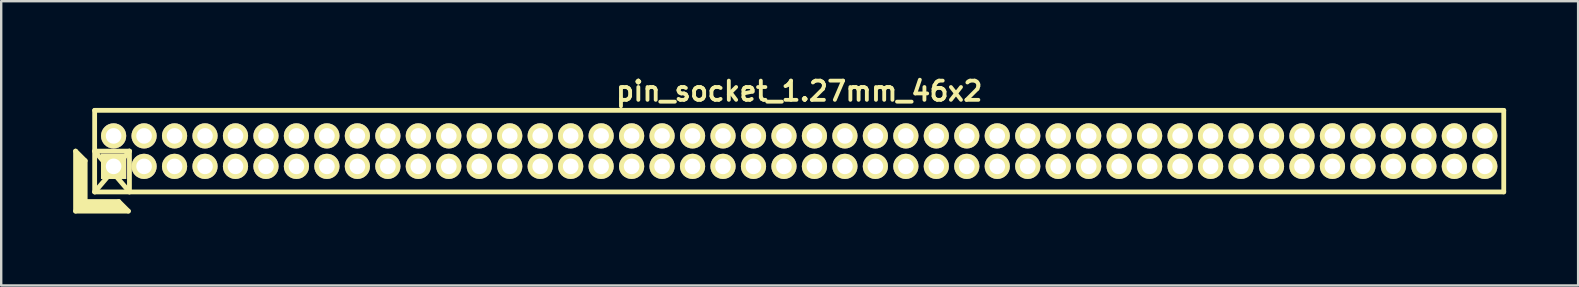
<source format=kicad_pcb>
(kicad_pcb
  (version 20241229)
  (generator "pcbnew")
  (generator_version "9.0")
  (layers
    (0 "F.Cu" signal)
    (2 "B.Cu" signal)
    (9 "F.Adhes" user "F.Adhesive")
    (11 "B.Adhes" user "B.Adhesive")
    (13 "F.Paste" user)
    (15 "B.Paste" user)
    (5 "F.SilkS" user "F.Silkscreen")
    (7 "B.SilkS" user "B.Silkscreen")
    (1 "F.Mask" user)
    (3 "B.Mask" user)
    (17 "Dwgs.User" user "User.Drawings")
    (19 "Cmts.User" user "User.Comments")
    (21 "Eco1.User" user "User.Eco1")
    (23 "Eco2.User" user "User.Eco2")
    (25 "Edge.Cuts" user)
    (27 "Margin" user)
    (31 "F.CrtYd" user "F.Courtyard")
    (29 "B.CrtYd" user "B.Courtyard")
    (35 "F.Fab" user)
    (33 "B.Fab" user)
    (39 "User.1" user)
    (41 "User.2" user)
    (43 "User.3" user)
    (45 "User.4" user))
  (footprint "pin_socket_1.27mm_46x2"
    (layer "F.Cu")
    (at 30.26 3.249)
    (property "Reference" "pin_socket_1.27mm_46x2" (at 0 -2.5 0) (layer "F.SilkS") (effects (font (size 0.8 0.8) (thickness 0.16))))
    (attr through_hole)
    (fp_line (start -30.16 0) (end -30.16 2.5) (stroke (width 0.2) (type solid)) (layer "F.SilkS"))
    (fp_line (start -30.16 0) (end -29.76 0.4) (stroke (width 0.2) (type solid)) (layer "F.SilkS"))
    (fp_line (start -30.16 2.5) (end -27.96 2.5) (stroke (width 0.2) (type solid)) (layer "F.SilkS"))
    (fp_line (start -30.06 2.4) (end -30.06 0.2) (stroke (width 0.2) (type solid)) (layer "F.SilkS"))
    (fp_line (start -30.06 2.4) (end -28.16 2.4) (stroke (width 0.2) (type solid)) (layer "F.SilkS"))
    (fp_line (start -29.96 2.3) (end -29.96 0.3) (stroke (width 0.2) (type solid)) (layer "F.SilkS"))
    (fp_line (start -29.96 2.3) (end -28.26 2.3) (stroke (width 0.2) (type solid)) (layer "F.SilkS"))
    (fp_line (start -29.86 2.2) (end -29.86 0.4) (stroke (width 0.2) (type solid)) (layer "F.SilkS"))
    (fp_line (start -29.86 2.2) (end -28.36 2.2) (stroke (width 0.2) (type solid)) (layer "F.SilkS"))
    (fp_line (start -29.76 2.1) (end -29.76 0.4) (stroke (width 0.2) (type solid)) (layer "F.SilkS"))
    (fp_line (start -29.76 2.1) (end -28.36 2.1) (stroke (width 0.2) (type solid)) (layer "F.SilkS"))
    (fp_line (start -29.365 -1.7) (end 29.365 -1.7) (stroke (width 0.2) (type solid)) (layer "F.SilkS"))
    (fp_line (start -29.365 0) (end -27.915 0) (stroke (width 0.2) (type solid)) (layer "F.SilkS"))
    (fp_line (start -29.365 0) (end -27.915 1.7) (stroke (width 0.2) (type solid)) (layer "F.SilkS"))
    (fp_line (start -29.365 1.7) (end -29.365 -1.7) (stroke (width 0.2) (type solid)) (layer "F.SilkS"))
    (fp_line (start -28.36 2.1) (end -27.96 2.5) (stroke (width 0.2) (type solid)) (layer "F.SilkS"))
    (fp_line (start -27.915 0) (end -29.36 1.7) (stroke (width 0.2) (type solid)) (layer "F.SilkS"))
    (fp_line (start -27.915 0) (end -27.915 1.7) (stroke (width 0.2) (type solid)) (layer "F.SilkS"))
    (fp_line (start 29.365 -1.7) (end 29.365 1.7) (stroke (width 0.2) (type solid)) (layer "F.SilkS"))
    (fp_line (start 29.365 1.7) (end -29.365 1.7) (stroke (width 0.2) (type solid)) (layer "F.SilkS"))
    (pad "1" thru_hole rect (at -28.575 0.635) (size 1.05 1.05) (drill 0.65) (layers "*.Cu" "*.Mask" "F.SilkS"))
    (pad "2" thru_hole oval (at -28.575 -0.635) (size 1.05 1.05) (drill 0.65) (layers "*.Cu" "*.Mask" "F.SilkS"))
    (pad "3" thru_hole oval (at -27.305 0.635) (size 1.05 1.05) (drill 0.65) (layers "*.Cu" "*.Mask" "F.SilkS"))
    (pad "4" thru_hole oval (at -27.305 -0.635) (size 1.05 1.05) (drill 0.65) (layers "*.Cu" "*.Mask" "F.SilkS"))
    (pad "5" thru_hole oval (at -26.035 0.635) (size 1.05 1.05) (drill 0.65) (layers "*.Cu" "*.Mask" "F.SilkS"))
    (pad "6" thru_hole oval (at -26.035 -0.635) (size 1.05 1.05) (drill 0.65) (layers "*.Cu" "*.Mask" "F.SilkS"))
    (pad "7" thru_hole oval (at -24.765 0.635) (size 1.05 1.05) (drill 0.65) (layers "*.Cu" "*.Mask" "F.SilkS"))
    (pad "8" thru_hole oval (at -24.765 -0.635) (size 1.05 1.05) (drill 0.65) (layers "*.Cu" "*.Mask" "F.SilkS"))
    (pad "9" thru_hole oval (at -23.495 0.635) (size 1.05 1.05) (drill 0.65) (layers "*.Cu" "*.Mask" "F.SilkS"))
    (pad "10" thru_hole oval (at -23.495 -0.635) (size 1.05 1.05) (drill 0.65) (layers "*.Cu" "*.Mask" "F.SilkS"))
    (pad "11" thru_hole oval (at -22.225 0.635) (size 1.05 1.05) (drill 0.65) (layers "*.Cu" "*.Mask" "F.SilkS"))
    (pad "12" thru_hole oval (at -22.225 -0.635) (size 1.05 1.05) (drill 0.65) (layers "*.Cu" "*.Mask" "F.SilkS"))
    (pad "13" thru_hole oval (at -20.955 0.635) (size 1.05 1.05) (drill 0.65) (layers "*.Cu" "*.Mask" "F.SilkS"))
    (pad "14" thru_hole oval (at -20.955 -0.635) (size 1.05 1.05) (drill 0.65) (layers "*.Cu" "*.Mask" "F.SilkS"))
    (pad "15" thru_hole oval (at -19.685 0.635) (size 1.05 1.05) (drill 0.65) (layers "*.Cu" "*.Mask" "F.SilkS"))
    (pad "16" thru_hole oval (at -19.685 -0.635) (size 1.05 1.05) (drill 0.65) (layers "*.Cu" "*.Mask" "F.SilkS"))
    (pad "17" thru_hole oval (at -18.415 0.635) (size 1.05 1.05) (drill 0.65) (layers "*.Cu" "*.Mask" "F.SilkS"))
    (pad "18" thru_hole oval (at -18.415 -0.635) (size 1.05 1.05) (drill 0.65) (layers "*.Cu" "*.Mask" "F.SilkS"))
    (pad "19" thru_hole oval (at -17.145 0.635) (size 1.05 1.05) (drill 0.65) (layers "*.Cu" "*.Mask" "F.SilkS"))
    (pad "20" thru_hole oval (at -17.145 -0.635) (size 1.05 1.05) (drill 0.65) (layers "*.Cu" "*.Mask" "F.SilkS"))
    (pad "21" thru_hole oval (at -15.875 0.635) (size 1.05 1.05) (drill 0.65) (layers "*.Cu" "*.Mask" "F.SilkS"))
    (pad "22" thru_hole oval (at -15.875 -0.635) (size 1.05 1.05) (drill 0.65) (layers "*.Cu" "*.Mask" "F.SilkS"))
    (pad "23" thru_hole oval (at -14.605 0.635) (size 1.05 1.05) (drill 0.65) (layers "*.Cu" "*.Mask" "F.SilkS"))
    (pad "24" thru_hole oval (at -14.605 -0.635) (size 1.05 1.05) (drill 0.65) (layers "*.Cu" "*.Mask" "F.SilkS"))
    (pad "25" thru_hole oval (at -13.335 0.635) (size 1.05 1.05) (drill 0.65) (layers "*.Cu" "*.Mask" "F.SilkS"))
    (pad "26" thru_hole oval (at -13.335 -0.635) (size 1.05 1.05) (drill 0.65) (layers "*.Cu" "*.Mask" "F.SilkS"))
    (pad "27" thru_hole oval (at -12.065 0.635) (size 1.05 1.05) (drill 0.65) (layers "*.Cu" "*.Mask" "F.SilkS"))
    (pad "28" thru_hole oval (at -12.065 -0.635) (size 1.05 1.05) (drill 0.65) (layers "*.Cu" "*.Mask" "F.SilkS"))
    (pad "29" thru_hole oval (at -10.795 0.635) (size 1.05 1.05) (drill 0.65) (layers "*.Cu" "*.Mask" "F.SilkS"))
    (pad "30" thru_hole oval (at -10.795 -0.635) (size 1.05 1.05) (drill 0.65) (layers "*.Cu" "*.Mask" "F.SilkS"))
    (pad "31" thru_hole oval (at -9.525 0.635) (size 1.05 1.05) (drill 0.65) (layers "*.Cu" "*.Mask" "F.SilkS"))
    (pad "32" thru_hole oval (at -9.525 -0.635) (size 1.05 1.05) (drill 0.65) (layers "*.Cu" "*.Mask" "F.SilkS"))
    (pad "33" thru_hole oval (at -8.255 0.635) (size 1.05 1.05) (drill 0.65) (layers "*.Cu" "*.Mask" "F.SilkS"))
    (pad "34" thru_hole oval (at -8.255 -0.635) (size 1.05 1.05) (drill 0.65) (layers "*.Cu" "*.Mask" "F.SilkS"))
    (pad "35" thru_hole oval (at -6.985 0.635) (size 1.05 1.05) (drill 0.65) (layers "*.Cu" "*.Mask" "F.SilkS"))
    (pad "36" thru_hole oval (at -6.985 -0.635) (size 1.05 1.05) (drill 0.65) (layers "*.Cu" "*.Mask" "F.SilkS"))
    (pad "37" thru_hole oval (at -5.715 0.635) (size 1.05 1.05) (drill 0.65) (layers "*.Cu" "*.Mask" "F.SilkS"))
    (pad "38" thru_hole oval (at -5.715 -0.635) (size 1.05 1.05) (drill 0.65) (layers "*.Cu" "*.Mask" "F.SilkS"))
    (pad "39" thru_hole oval (at -4.445 0.635) (size 1.05 1.05) (drill 0.65) (layers "*.Cu" "*.Mask" "F.SilkS"))
    (pad "40" thru_hole oval (at -4.445 -0.635) (size 1.05 1.05) (drill 0.65) (layers "*.Cu" "*.Mask" "F.SilkS"))
    (pad "41" thru_hole oval (at -3.175 0.635) (size 1.05 1.05) (drill 0.65) (layers "*.Cu" "*.Mask" "F.SilkS"))
    (pad "42" thru_hole oval (at -3.175 -0.635) (size 1.05 1.05) (drill 0.65) (layers "*.Cu" "*.Mask" "F.SilkS"))
    (pad "43" thru_hole oval (at -1.905 0.635) (size 1.05 1.05) (drill 0.65) (layers "*.Cu" "*.Mask" "F.SilkS"))
    (pad "44" thru_hole oval (at -1.905 -0.635) (size 1.05 1.05) (drill 0.65) (layers "*.Cu" "*.Mask" "F.SilkS"))
    (pad "45" thru_hole oval (at -0.635 0.635) (size 1.05 1.05) (drill 0.65) (layers "*.Cu" "*.Mask" "F.SilkS"))
    (pad "46" thru_hole oval (at -0.635 -0.635) (size 1.05 1.05) (drill 0.65) (layers "*.Cu" "*.Mask" "F.SilkS"))
    (pad "47" thru_hole oval (at 0.635 0.635) (size 1.05 1.05) (drill 0.65) (layers "*.Cu" "*.Mask" "F.SilkS"))
    (pad "48" thru_hole oval (at 0.635 -0.635) (size 1.05 1.05) (drill 0.65) (layers "*.Cu" "*.Mask" "F.SilkS"))
    (pad "49" thru_hole oval (at 1.905 0.635) (size 1.05 1.05) (drill 0.65) (layers "*.Cu" "*.Mask" "F.SilkS"))
    (pad "50" thru_hole oval (at 1.905 -0.635) (size 1.05 1.05) (drill 0.65) (layers "*.Cu" "*.Mask" "F.SilkS"))
    (pad "51" thru_hole circle (at 3.175 0.635) (size 1.05 1.05) (drill 0.65) (layers "*.Cu" "*.Mask" "F.SilkS"))
    (pad "52" thru_hole oval (at 3.175 -0.635) (size 1.05 1.05) (drill 0.65) (layers "*.Cu" "*.Mask" "F.SilkS"))
    (pad "53" thru_hole oval (at 4.445 0.635) (size 1.05 1.05) (drill 0.65) (layers "*.Cu" "*.Mask" "F.SilkS"))
    (pad "54" thru_hole oval (at 4.445 -0.635) (size 1.05 1.05) (drill 0.65) (layers "*.Cu" "*.Mask" "F.SilkS"))
    (pad "55" thru_hole oval (at 5.715 0.635) (size 1.05 1.05) (drill 0.65) (layers "*.Cu" "*.Mask" "F.SilkS"))
    (pad "56" thru_hole oval (at 5.715 -0.635) (size 1.05 1.05) (drill 0.65) (layers "*.Cu" "*.Mask" "F.SilkS"))
    (pad "57" thru_hole oval (at 6.985 0.635) (size 1.05 1.05) (drill 0.65) (layers "*.Cu" "*.Mask" "F.SilkS"))
    (pad "58" thru_hole oval (at 6.985 -0.635) (size 1.05 1.05) (drill 0.65) (layers "*.Cu" "*.Mask" "F.SilkS"))
    (pad "59" thru_hole oval (at 8.255 0.635) (size 1.05 1.05) (drill 0.65) (layers "*.Cu" "*.Mask" "F.SilkS"))
    (pad "60" thru_hole oval (at 8.255 -0.635) (size 1.05 1.05) (drill 0.65) (layers "*.Cu" "*.Mask" "F.SilkS"))
    (pad "61" thru_hole oval (at 9.525 0.635) (size 1.05 1.05) (drill 0.65) (layers "*.Cu" "*.Mask" "F.SilkS"))
    (pad "62" thru_hole oval (at 9.525 -0.635) (size 1.05 1.05) (drill 0.65) (layers "*.Cu" "*.Mask" "F.SilkS"))
    (pad "63" thru_hole oval (at 10.795 0.635) (size 1.05 1.05) (drill 0.65) (layers "*.Cu" "*.Mask" "F.SilkS"))
    (pad "64" thru_hole oval (at 10.795 -0.635) (size 1.05 1.05) (drill 0.65) (layers "*.Cu" "*.Mask" "F.SilkS"))
    (pad "65" thru_hole oval (at 12.065 0.635) (size 1.05 1.05) (drill 0.65) (layers "*.Cu" "*.Mask" "F.SilkS"))
    (pad "66" thru_hole oval (at 12.065 -0.635) (size 1.05 1.05) (drill 0.65) (layers "*.Cu" "*.Mask" "F.SilkS"))
    (pad "67" thru_hole oval (at 13.335 0.635) (size 1.05 1.05) (drill 0.65) (layers "*.Cu" "*.Mask" "F.SilkS"))
    (pad "68" thru_hole oval (at 13.335 -0.635) (size 1.05 1.05) (drill 0.65) (layers "*.Cu" "*.Mask" "F.SilkS"))
    (pad "69" thru_hole oval (at 14.605 0.635) (size 1.05 1.05) (drill 0.65) (layers "*.Cu" "*.Mask" "F.SilkS"))
    (pad "70" thru_hole oval (at 14.605 -0.635) (size 1.05 1.05) (drill 0.65) (layers "*.Cu" "*.Mask" "F.SilkS"))
    (pad "71" thru_hole oval (at 15.875 0.635) (size 1.05 1.05) (drill 0.65) (layers "*.Cu" "*.Mask" "F.SilkS"))
    (pad "72" thru_hole oval (at 15.875 -0.635) (size 1.05 1.05) (drill 0.65) (layers "*.Cu" "*.Mask" "F.SilkS"))
    (pad "73" thru_hole oval (at 17.145 0.635) (size 1.05 1.05) (drill 0.65) (layers "*.Cu" "*.Mask" "F.SilkS"))
    (pad "74" thru_hole oval (at 17.145 -0.635) (size 1.05 1.05) (drill 0.65) (layers "*.Cu" "*.Mask" "F.SilkS"))
    (pad "75" thru_hole oval (at 18.415 0.635) (size 1.05 1.05) (drill 0.65) (layers "*.Cu" "*.Mask" "F.SilkS"))
    (pad "76" thru_hole oval (at 18.415 -0.635) (size 1.05 1.05) (drill 0.65) (layers "*.Cu" "*.Mask" "F.SilkS"))
    (pad "77" thru_hole oval (at 19.685 0.635) (size 1.05 1.05) (drill 0.65) (layers "*.Cu" "*.Mask" "F.SilkS"))
    (pad "78" thru_hole oval (at 19.685 -0.635) (size 1.05 1.05) (drill 0.65) (layers "*.Cu" "*.Mask" "F.SilkS"))
    (pad "79" thru_hole oval (at 20.955 0.635) (size 1.05 1.05) (drill 0.65) (layers "*.Cu" "*.Mask" "F.SilkS"))
    (pad "80" thru_hole oval (at 20.955 -0.635) (size 1.05 1.05) (drill 0.65) (layers "*.Cu" "*.Mask" "F.SilkS"))
    (pad "81" thru_hole oval (at 22.225 0.635) (size 1.05 1.05) (drill 0.65) (layers "*.Cu" "*.Mask" "F.SilkS"))
    (pad "82" thru_hole oval (at 22.225 -0.635) (size 1.05 1.05) (drill 0.65) (layers "*.Cu" "*.Mask" "F.SilkS"))
    (pad "83" thru_hole oval (at 23.495 0.635) (size 1.05 1.05) (drill 0.65) (layers "*.Cu" "*.Mask" "F.SilkS"))
    (pad "84" thru_hole oval (at 23.495 -0.635) (size 1.05 1.05) (drill 0.65) (layers "*.Cu" "*.Mask" "F.SilkS"))
    (pad "85" thru_hole oval (at 24.765 0.635) (size 1.05 1.05) (drill 0.65) (layers "*.Cu" "*.Mask" "F.SilkS"))
    (pad "86" thru_hole oval (at 24.765 -0.635) (size 1.05 1.05) (drill 0.65) (layers "*.Cu" "*.Mask" "F.SilkS"))
    (pad "87" thru_hole oval (at 26.035 0.635) (size 1.05 1.05) (drill 0.65) (layers "*.Cu" "*.Mask" "F.SilkS"))
    (pad "88" thru_hole oval (at 26.035 -0.635) (size 1.05 1.05) (drill 0.65) (layers "*.Cu" "*.Mask" "F.SilkS"))
    (pad "89" thru_hole oval (at 27.305 0.635) (size 1.05 1.05) (drill 0.65) (layers "*.Cu" "*.Mask" "F.SilkS"))
    (pad "90" thru_hole oval (at 27.305 -0.635) (size 1.05 1.05) (drill 0.65) (layers "*.Cu" "*.Mask" "F.SilkS"))
    (pad "91" thru_hole oval (at 28.575 0.635) (size 1.05 1.05) (drill 0.65) (layers "*.Cu" "*.Mask" "F.SilkS"))
    (pad "92" thru_hole oval (at 28.575 -0.635) (size 1.05 1.05) (drill 0.65) (layers "*.Cu" "*.Mask" "F.SilkS")))
  (gr_rect
    (start -3 -3)
    (end 62.725 8.849)
    (stroke (width 0.1) (type default))
    (fill no)
    (layer "Edge.Cuts")))
</source>
